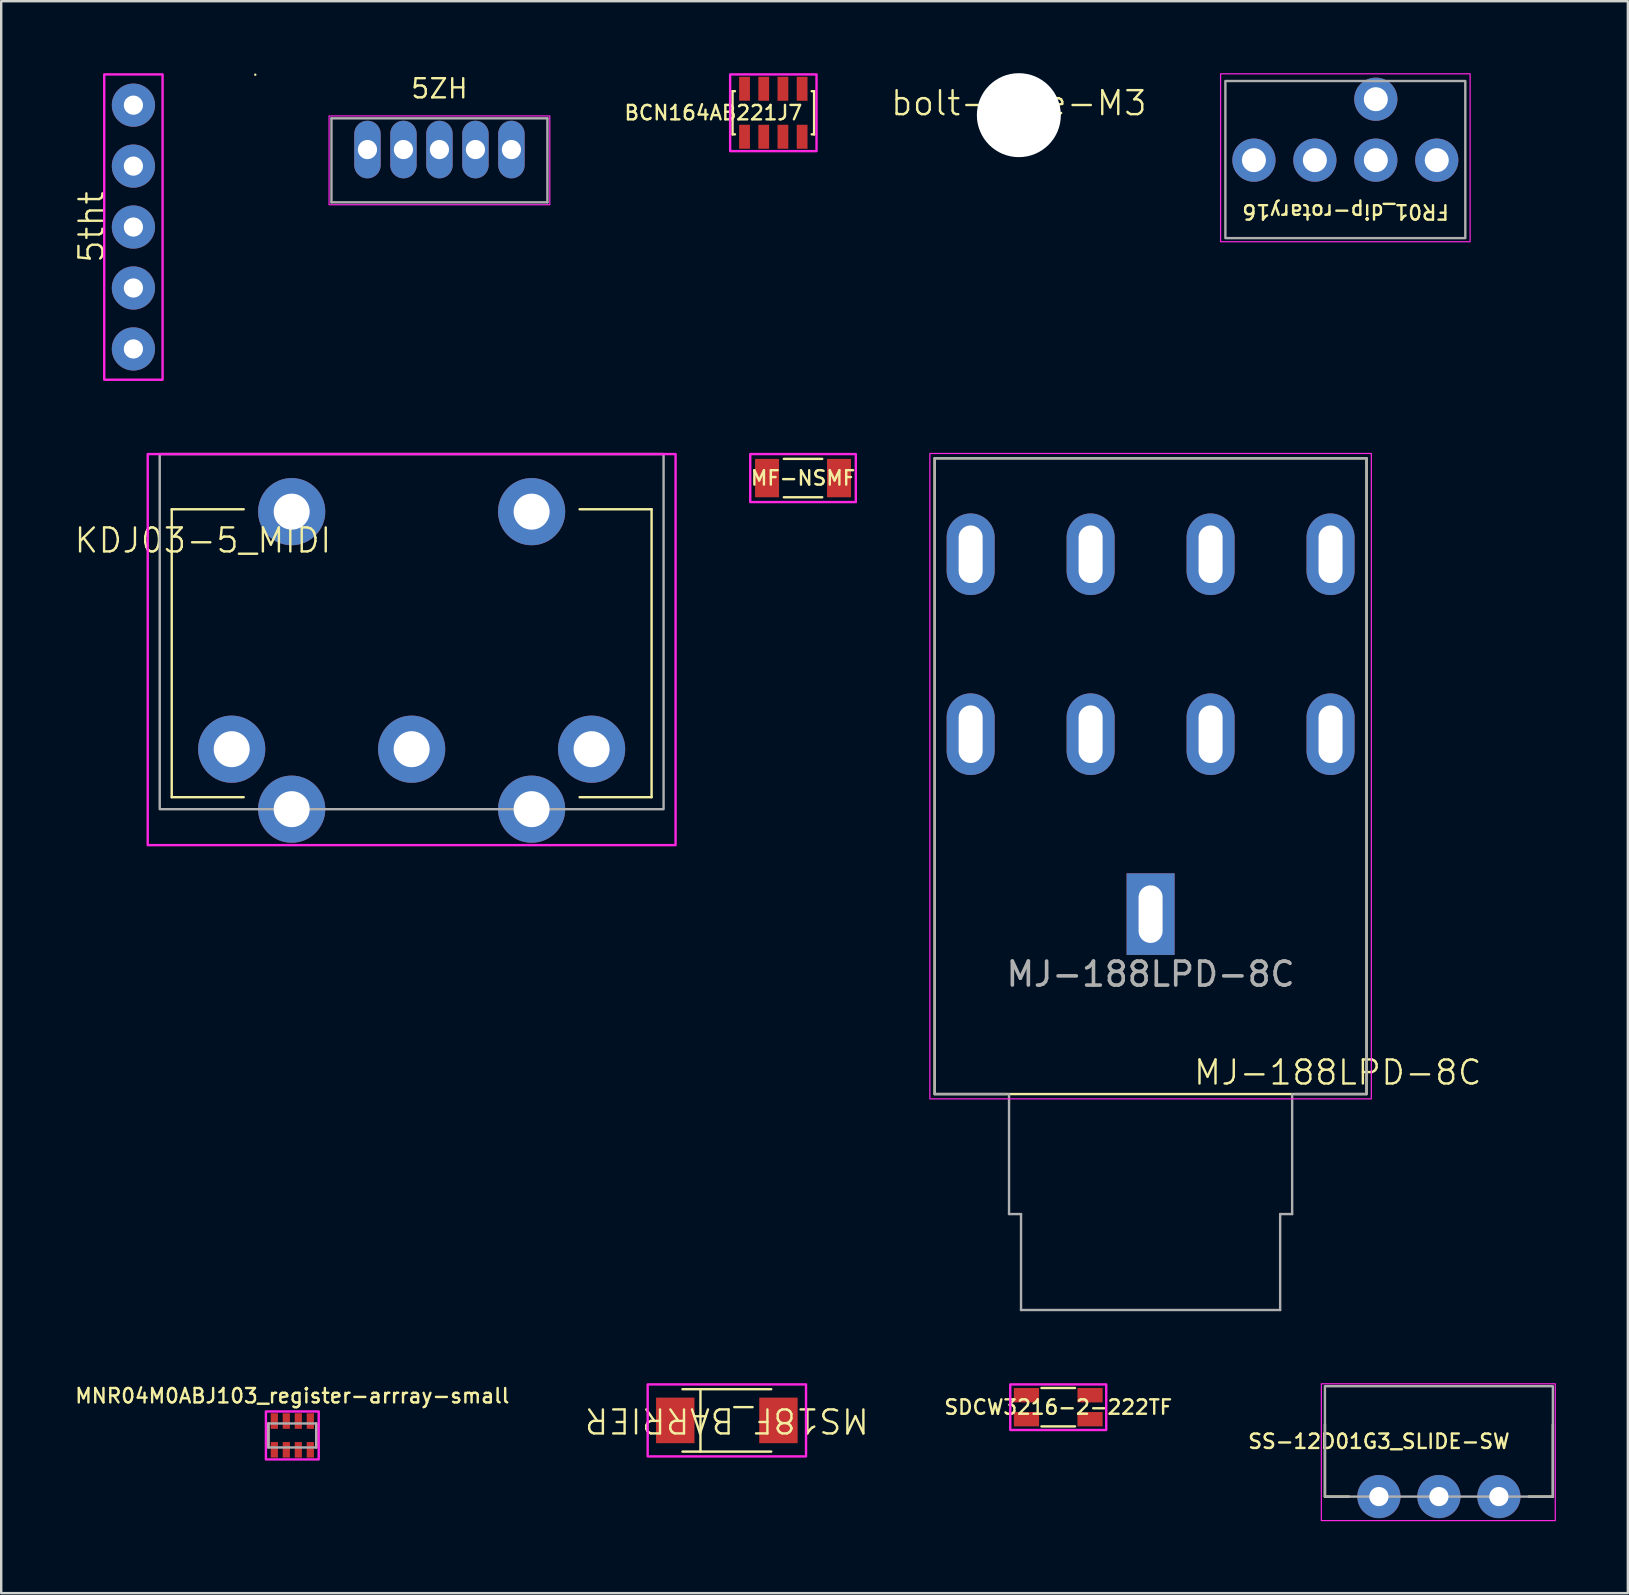
<source format=kicad_pcb>
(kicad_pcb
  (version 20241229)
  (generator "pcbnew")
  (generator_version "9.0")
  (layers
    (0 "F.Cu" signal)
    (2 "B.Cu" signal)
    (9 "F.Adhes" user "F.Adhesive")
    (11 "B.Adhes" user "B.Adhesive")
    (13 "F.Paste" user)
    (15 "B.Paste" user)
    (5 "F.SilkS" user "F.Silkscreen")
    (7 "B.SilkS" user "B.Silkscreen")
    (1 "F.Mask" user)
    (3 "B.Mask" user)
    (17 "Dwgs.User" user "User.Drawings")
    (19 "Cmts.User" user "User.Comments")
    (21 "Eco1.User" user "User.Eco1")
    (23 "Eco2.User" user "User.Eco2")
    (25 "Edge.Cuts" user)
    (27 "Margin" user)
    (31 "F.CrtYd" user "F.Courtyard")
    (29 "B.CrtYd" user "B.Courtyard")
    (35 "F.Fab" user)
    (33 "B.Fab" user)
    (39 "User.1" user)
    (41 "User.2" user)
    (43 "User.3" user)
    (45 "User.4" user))
  (footprint "5tht"
    (layer "F.Cu")
    (at 2.51 6.413)
    (property "Reference" "5tht" (at -1.75 0 90) (unlocked yes) (layer "F.SilkS") (effects (font (size 1 1) (thickness 0.1))))
    (attr through_hole)
    (fp_line (start 5.08 -6.35) (end 5.08 -6.35) (stroke (width 0.1) (type default)) (layer "F.SilkS"))
    (fp_rect (start -1.216 -6.363) (end 1.216 6.363) (stroke (width 0.1) (type default)) (fill no) (layer "F.CrtYd"))
    (pad "1" thru_hole circle (at 0 -5.08 90) (size 1.8 1.8) (drill 0.8) (layers "*.Cu" "*.Mask"))
    (pad "2" thru_hole circle (at 0 -2.54 90) (size 1.8 1.8) (drill 0.8) (layers "*.Cu" "*.Mask"))
    (pad "3" thru_hole circle (at 0 0 90) (size 1.8 1.8) (drill 0.8) (layers "*.Cu" "*.Mask"))
    (pad "4" thru_hole circle (at 0 2.54 90) (size 1.8 1.8) (drill 0.8) (layers "*.Cu" "*.Mask"))
    (pad "5" thru_hole circle (at 0 5.08 90) (size 1.8 1.8) (drill 0.8) (layers "*.Cu" "*.Mask")))
  (footprint "bolt-hole-M3"
    (layer "F.Cu")
    (at 39.414 1.75)
    (property "Reference" "bolt-hole-M3" (at 0 -0.5 0) (unlocked yes) (layer "F.SilkS") (effects (font (size 1 1) (thickness 0.1))))
    (attr smd)
    (pad "" np_thru_hole circle (at 0 0) (size 3.5 3.5) (drill 3.5) (layers "*.Cu" "*.Mask")))
  (footprint "BCN164AB221J7"
    (layer "F.Cu")
    (at 29.181 1.65)
    (property "Reference" "BCN164AB221J7" (at -2.5 0 0) (unlocked yes) (layer "F.SilkS") (effects (font (size 0.6 0.6) (thickness 0.1))))
    (attr smd)
    (fp_line (start -1.7 -0.9) (end -1.7 0.9) (stroke (width 0.1) (type default)) (layer "F.SilkS"))
    (fp_line (start -1.7 -0.9) (end -1.6 -0.9) (stroke (width 0.1) (type default)) (layer "F.SilkS"))
    (fp_line (start -1.7 0.9) (end -1.6 0.9) (stroke (width 0.1) (type default)) (layer "F.SilkS"))
    (fp_line (start 1.6 -0.9) (end 1.7 -0.9) (stroke (width 0.1) (type default)) (layer "F.SilkS"))
    (fp_line (start 1.6 0.9) (end 1.7 0.9) (stroke (width 0.1) (type default)) (layer "F.SilkS"))
    (fp_line (start 1.7 -0.9) (end 1.7 0.9) (stroke (width 0.1) (type default)) (layer "F.SilkS"))
    (fp_rect (start -1.8 -1.6) (end 1.8 1.6) (stroke (width 0.1) (type default)) (fill no) (layer "F.CrtYd"))
    (pad "1" smd rect (at -1.2 -1) (size 0.45 1) (layers "F.Cu" "F.Mask" "F.Paste"))
    (pad "2" smd rect (at -1.2 1) (size 0.45 1) (layers "F.Cu" "F.Mask" "F.Paste"))
    (pad "3" smd rect (at -0.4 -1) (size 0.45 1) (layers "F.Cu" "F.Mask" "F.Paste"))
    (pad "4" smd rect (at -0.4 1) (size 0.45 1) (layers "F.Cu" "F.Mask" "F.Paste"))
    (pad "5" smd rect (at 0.4 -1) (size 0.45 1) (layers "F.Cu" "F.Mask" "F.Paste"))
    (pad "6" smd rect (at 0.4 1) (size 0.45 1) (layers "F.Cu" "F.Mask" "F.Paste"))
    (pad "7" smd rect (at 1.2 -1) (size 0.45 1) (layers "F.Cu" "F.Mask" "F.Paste"))
    (pad "8" smd rect (at 1.2 1) (size 0.45 1) (layers "F.Cu" "F.Mask" "F.Paste")))
  (footprint "SDCW3216-2-222TF"
    (layer "F.Cu")
    (at 41.056 55.6)
    (property "Reference" "SDCW3216-2-222TF" (at 0 0 0) (unlocked yes) (layer "F.SilkS") (effects (font (size 0.6 0.6) (thickness 0.1))))
    (attr smd)
    (fp_line (start -0.7 -0.8) (end 0.7 -0.8) (stroke (width 0.1) (type default)) (layer "F.SilkS"))
    (fp_line (start -0.7 0.8) (end 0.7 0.8) (stroke (width 0.1) (type default)) (layer "F.SilkS"))
    (fp_rect (start -2 -0.95) (end 2 0.95) (stroke (width 0.1) (type default)) (fill no) (layer "F.CrtYd"))
    (pad "1" smd rect (at -1.325 -0.5) (size 1.05 0.6) (layers "F.Cu" "F.Mask" "F.Paste"))
    (pad "2" smd rect (at 1.325 -0.5) (size 1.05 0.6) (layers "F.Cu" "F.Mask" "F.Paste"))
    (pad "3" smd rect (at -1.325 0.5) (size 1.05 0.6) (layers "F.Cu" "F.Mask" "F.Paste"))
    (pad "4" smd rect (at 1.325 0.5) (size 1.05 0.6) (layers "F.Cu" "F.Mask" "F.Paste")))
  (footprint "SS-12D01G3_SLIDE-SW"
    (layer "F.Cu")
    (at 56.921 59.325)
    (property "Reference" "SS-12D01G3_SLIDE-SW" (at -2.5 -2.3 0) (unlocked yes) (layer "F.SilkS") (effects (font (size 0.6 0.6) (thickness 0.1))))
    (attr smd)
    (fp_line (start -4.75 0) (end -4.75 -3) (stroke (width 0.1) (type default)) (layer "F.SilkS"))
    (fp_line (start -4.75 0) (end -3.75 0) (stroke (width 0.1) (type default)) (layer "F.SilkS"))
    (fp_line (start 4.75 0) (end 3.75 0) (stroke (width 0.1) (type default)) (layer "F.SilkS"))
    (fp_line (start 4.75 0) (end 4.75 -3) (stroke (width 0.1) (type default)) (layer "F.SilkS"))
    (fp_rect (start -4.9 -4.7) (end 4.85 1) (stroke (width 0.05) (type default)) (fill no) (layer "F.CrtYd"))
    (fp_rect (start -4.75 -4.6) (end 4.75 0) (stroke (width 0.1) (type default)) (fill no) (layer "F.Fab"))
    (pad "1" thru_hole circle (at -2.5 0 270) (size 1.8 1.8) (drill 0.8) (layers "*.Cu" "*.Mask"))
    (pad "2" thru_hole circle (at 0 0 270) (size 1.8 1.8) (drill 0.8) (layers "*.Cu" "*.Mask"))
    (pad "3" thru_hole circle (at 2.5 0 270) (size 1.8 1.8) (drill 0.8) (layers "*.Cu" "*.Mask")))
  (footprint "5ZH"
    (layer "F.Cu")
    (at 15.265 3.183)
    (property "Reference" "5ZH" (at 0 -2.54 0) (unlocked yes) (layer "F.SilkS") (effects (font (size 0.8 0.8) (thickness 0.1))))
    (attr through_hole)
    (fp_rect (start -4.6 -1.4) (end 4.6 2.3) (stroke (width 0.05) (type default)) (fill no) (layer "F.CrtYd"))
    (fp_line (start -4.5 -1.3) (end -4.5 2.2) (stroke (width 0.1) (type default)) (layer "F.Fab"))
    (fp_line (start -4.5 -1.3) (end 4.5 -1.3) (stroke (width 0.1) (type default)) (layer "F.Fab"))
    (fp_line (start -4.5 2.2) (end 4.5 2.2) (stroke (width 0.1) (type default)) (layer "F.Fab"))
    (fp_line (start 4.5 -1.3) (end 4.5 2.2) (stroke (width 0.1) (type default)) (layer "F.Fab"))
    (pad "1" thru_hole oval (at -3 0 270) (size 2.4 1.1) (drill 0.8) (layers "*.Cu" "*.Mask"))
    (pad "2" thru_hole oval (at -1.5 0 270) (size 2.4 1.1) (drill 0.8) (layers "*.Cu" "*.Mask"))
    (pad "3" thru_hole oval (at 0 0 270) (size 2.4 1.1) (drill 0.8) (layers "*.Cu" "*.Mask"))
    (pad "4" thru_hole oval (at 1.5 0 270) (size 2.4 1.1) (drill 0.8) (layers "*.Cu" "*.Mask"))
    (pad "5" thru_hole oval (at 3 0 270) (size 2.4 1.1) (drill 0.8) (layers "*.Cu" "*.Mask")))
  (footprint "KDJ03-5_MIDI"
    (layer "F.Cu")
    (at 14.107 28.175)
    (property "Reference" "KDJ03-5_MIDI" (at -8.7 -8.7 0) (unlocked yes) (layer "F.SilkS") (effects (font (size 1 1) (thickness 0.1))))
    (attr through_hole)
    (fp_line (start -10 -10) (end -10 2) (stroke (width 0.1) (type default)) (layer "F.SilkS"))
    (fp_line (start -10 2) (end -7 2) (stroke (width 0.1) (type default)) (layer "F.SilkS"))
    (fp_line (start -7 -10) (end -10 -10) (stroke (width 0.1) (type default)) (layer "F.SilkS"))
    (fp_line (start 7 -10) (end 10 -10) (stroke (width 0.1) (type default)) (layer "F.SilkS"))
    (fp_line (start 10 -10) (end 10 2) (stroke (width 0.1) (type default)) (layer "F.SilkS"))
    (fp_line (start 10 2) (end 7 2) (stroke (width 0.1) (type default)) (layer "F.SilkS"))
    (fp_rect (start -11 -12.3) (end 11 4) (stroke (width 0.1) (type default)) (fill no) (layer "F.CrtYd"))
    (fp_rect (start -10.5 -12.3) (end 10.5 2.5) (stroke (width 0.1) (type default)) (fill no) (layer "F.Fab"))
    (pad "1" thru_hole circle (at -7.5 0) (size 2.8 2.8) (drill 1.5) (layers "*.Cu" "*.Mask"))
    (pad "2" thru_hole circle (at 0 0) (size 2.8 2.8) (drill 1.5) (layers "*.Cu" "*.Mask"))
    (pad "3" thru_hole circle (at 7.5 0) (size 2.8 2.8) (drill 1.5) (layers "*.Cu" "*.Mask"))
    (pad "4" thru_hole circle (at -5 2.5) (size 2.8 2.8) (drill 1.5) (layers "*.Cu" "*.Mask"))
    (pad "5" thru_hole circle (at 5 2.5) (size 2.8 2.8) (drill 1.5) (layers "*.Cu" "*.Mask"))
    (pad "6" thru_hole circle (at -5 -9.9) (size 2.8 2.8) (drill 1.5) (layers "*.Cu" "*.Mask"))
    (pad "7" thru_hole circle (at 5 -9.9) (size 2.8 2.8) (drill 1.5) (layers "*.Cu" "*.Mask")))
  (footprint "FR01_dip-rotary16"
    (layer "F.Cu")
    (at 53.022 3.625)
    (property "Reference" "FR01_dip-rotary16" (at 0.01 2.15 180) (unlocked yes) (layer "F.SilkS") (effects (font (size 0.6 0.6) (thickness 0.1))))
    (attr through_hole)
    (fp_rect (start -5.2 -3.6) (end 5.2 3.4) (stroke (width 0.05) (type default)) (fill no) (layer "F.CrtYd"))
    (fp_rect (start -5 -3.3) (end 5 3.25) (stroke (width 0.1) (type default)) (fill no) (layer "F.Fab"))
    (pad "1" thru_hole circle (at 3.81 0) (size 1.8 1.8) (drill 1) (layers "*.Cu" "*.Mask"))
    (pad "2" thru_hole circle (at 1.27 0) (size 1.8 1.8) (drill 1) (layers "*.Cu" "*.Mask"))
    (pad "4" thru_hole circle (at -1.27 0) (size 1.8 1.8) (drill 1) (layers "*.Cu" "*.Mask"))
    (pad "8" thru_hole circle (at -3.81 0) (size 1.8 1.8) (drill 1) (layers "*.Cu" "*.Mask"))
    (pad "C" thru_hole circle (at 1.27 -2.54) (size 1.8 1.8) (drill 1) (layers "*.Cu" "*.Mask")))
  (footprint "MJ-188LPD-8C"
    (layer "F.Cu")
    (at 44.905 35.05)
    (property "Reference" "MJ-188LPD-8C" (at 7.8 6.6 0) (unlocked yes) (layer "F.SilkS") (effects (font (size 1 1) (thickness 0.1))))
    (attr smd)
    (fp_rect (start -9 -19) (end 9 7.5) (stroke (width 0.1) (type default)) (fill no) (layer "F.SilkS"))
    (fp_rect (start -9.2 -19.2) (end 9.2 7.7) (stroke (width 0.05) (type default)) (fill no) (layer "F.CrtYd"))
    (fp_line (start -9 -19) (end 9 -19) (stroke (width 0.1) (type default)) (layer "F.Fab"))
    (fp_line (start -9 7.5) (end -9 -19) (stroke (width 0.1) (type default)) (layer "F.Fab"))
    (fp_line (start -6 7.5) (end -9 7.5) (stroke (width 0.1) (type default)) (layer "F.Fab"))
    (fp_line (start -5.9 12.5) (end -5.9 7.5) (stroke (width 0.1) (type default)) (layer "F.Fab"))
    (fp_line (start -5.4 12.5) (end -5.9 12.5) (stroke (width 0.1) (type default)) (layer "F.Fab"))
    (fp_line (start -5.4 16.5) (end -5.4 12.5) (stroke (width 0.1) (type default)) (layer "F.Fab"))
    (fp_line (start 5.4 12.5) (end 5.4 16.5) (stroke (width 0.1) (type default)) (layer "F.Fab"))
    (fp_line (start 5.4 16.5) (end -5.4 16.5) (stroke (width 0.1) (type default)) (layer "F.Fab"))
    (fp_line (start 5.9 7.5) (end 5.9 12.5) (stroke (width 0.1) (type default)) (layer "F.Fab"))
    (fp_line (start 5.9 12.5) (end 5.4 12.5) (stroke (width 0.1) (type default)) (layer "F.Fab"))
    (fp_line (start 9 -19) (end 9 7.5) (stroke (width 0.1) (type default)) (layer "F.Fab"))
    (fp_line (start 9 7.5) (end 6 7.5) (stroke (width 0.1) (type default)) (layer "F.Fab"))
    (fp_text user "${REFERENCE}" (at 0 2.5 0) (unlocked yes) (layer "F.Fab") (effects (font (size 1 1) (thickness 0.15))))
    (pad "1" thru_hole rect (at 0 0) (size 2 3.4) (drill oval 1 2.4) (layers "*.Cu" "*.Mask"))
    (pad "2" thru_hole oval (at 2.5 -15) (size 2 3.4) (drill oval 1 2.4) (layers "*.Cu" "*.Mask"))
    (pad "3" thru_hole oval (at -2.5 -15) (size 2 3.4) (drill oval 1 2.4) (layers "*.Cu" "*.Mask"))
    (pad "4" thru_hole oval (at 2.5 -7.5) (size 2 3.4) (drill oval 1 2.4) (layers "*.Cu" "*.Mask"))
    (pad "5" thru_hole oval (at 7.5 -7.5) (size 2 3.4) (drill oval 1 2.4) (layers "*.Cu" "*.Mask"))
    (pad "6" thru_hole oval (at 7.5 -15) (size 2 3.4) (drill oval 1 2.4) (layers "*.Cu" "*.Mask"))
    (pad "7" thru_hole oval (at -2.5 -7.5) (size 2 3.4) (drill oval 1 2.4) (layers "*.Cu" "*.Mask"))
    (pad "8" thru_hole oval (at -7.5 -7.5) (size 2 3.4) (drill oval 1 2.4) (layers "*.Cu" "*.Mask"))
    (pad "9" thru_hole oval (at -7.5 -15) (size 2 3.4) (drill oval 1 2.4) (layers "*.Cu" "*.Mask")))
  (footprint "MNR04M0ABJ103_register-arrray-small"
    (layer "F.Cu")
    (at 9.133 56.777)
    (property "Reference" "MNR04M0ABJ103_register-arrray-small" (at 0 -1.65 0) (unlocked yes) (layer "F.SilkS") (effects (font (size 0.6 0.6) (thickness 0.1))))
    (attr smd)
    (fp_line (start -1 -0.5) (end -1 0.5) (stroke (width 0.1) (type default)) (layer "F.SilkS"))
    (fp_line (start 1 -0.5) (end 1 0.5) (stroke (width 0.1) (type default)) (layer "F.SilkS"))
    (fp_rect (start -1.1 -1) (end 1.1 1) (stroke (width 0.1) (type default)) (fill no) (layer "F.CrtYd"))
    (fp_rect (start -1 -0.5) (end 1 0.5) (stroke (width 0.1) (type default)) (fill no) (layer "F.Fab"))
    (pad "1" smd rect (at -0.75 0.6) (size 0.3 0.65) (layers "F.Cu" "F.Mask" "F.Paste"))
    (pad "2" smd rect (at -0.75 -0.6) (size 0.3 0.65) (layers "F.Cu" "F.Mask" "F.Paste"))
    (pad "3" smd rect (at -0.25 0.6) (size 0.3 0.65) (layers "F.Cu" "F.Mask" "F.Paste"))
    (pad "4" smd rect (at -0.25 -0.6) (size 0.3 0.65) (layers "F.Cu" "F.Mask" "F.Paste"))
    (pad "5" smd rect (at 0.25 0.6) (size 0.3 0.65) (layers "F.Cu" "F.Mask" "F.Paste"))
    (pad "6" smd rect (at 0.25 -0.6) (size 0.3 0.65) (layers "F.Cu" "F.Mask" "F.Paste"))
    (pad "7" smd rect (at 0.75 0.6) (size 0.3 0.65) (layers "F.Cu" "F.Mask" "F.Paste"))
    (pad "8" smd rect (at 0.75 -0.6) (size 0.3 0.65) (layers "F.Cu" "F.Mask" "F.Paste")))
  (footprint "MF-NSMF"
    (layer "F.Cu")
    (at 30.419 16.875)
    (property "Reference" "MF-NSMF" (at 0 0 0) (unlocked yes) (layer "F.SilkS") (effects (font (size 0.6 0.6) (thickness 0.1))))
    (attr smd)
    (fp_line (start -0.8 -0.8) (end 0.8 -0.8) (stroke (width 0.1) (type default)) (layer "F.SilkS"))
    (fp_line (start -0.8 0.8) (end 0.8 0.8) (stroke (width 0.1) (type default)) (layer "F.SilkS"))
    (fp_rect (start -2.2 -1) (end 2.2 1) (stroke (width 0.1) (type default)) (fill no) (layer "F.CrtYd"))
    (pad "1" smd rect (at -1.5 0) (size 1 1.6) (layers "F.Cu" "F.Mask" "F.Paste"))
    (pad "2" smd rect (at 1.5 0) (size 1 1.6) (layers "F.Cu" "F.Mask" "F.Paste")))
  (footprint "MS18F_BARRIER"
    (layer "F.Cu")
    (at 27.244 56.15)
    (property "Reference" "MS18F_BARRIER" (at 0 0 180) (unlocked yes) (layer "F.SilkS") (effects (font (size 1 1) (thickness 0.1))))
    (attr smd)
    (fp_line (start -1.85 -1.3) (end 1.85 -1.3) (stroke (width 0.1) (type default)) (layer "F.SilkS"))
    (fp_line (start -1.85 1.3) (end 1.85 1.3) (stroke (width 0.1) (type default)) (layer "F.SilkS"))
    (fp_line (start -1.1 -1.3) (end -1.1 1.3) (stroke (width 0.1) (type default)) (layer "F.SilkS"))
    (fp_rect (start -3.3 -1.5) (end 3.3 1.5) (stroke (width 0.1) (type default)) (fill no) (layer "F.CrtYd"))
    (pad "1" smd rect (at -2.15 0) (size 1.6 1.9) (layers "F.Cu" "F.Mask" "F.Paste"))
    (pad "2" smd rect (at 2.15 0) (size 1.6 1.9) (layers "F.Cu" "F.Mask" "F.Paste")))
  (gr_rect
    (start -3 -3)
    (end 64.796 63.35)
    (stroke (width 0.1) (type default))
    (fill no)
    (layer "Edge.Cuts")))
</source>
